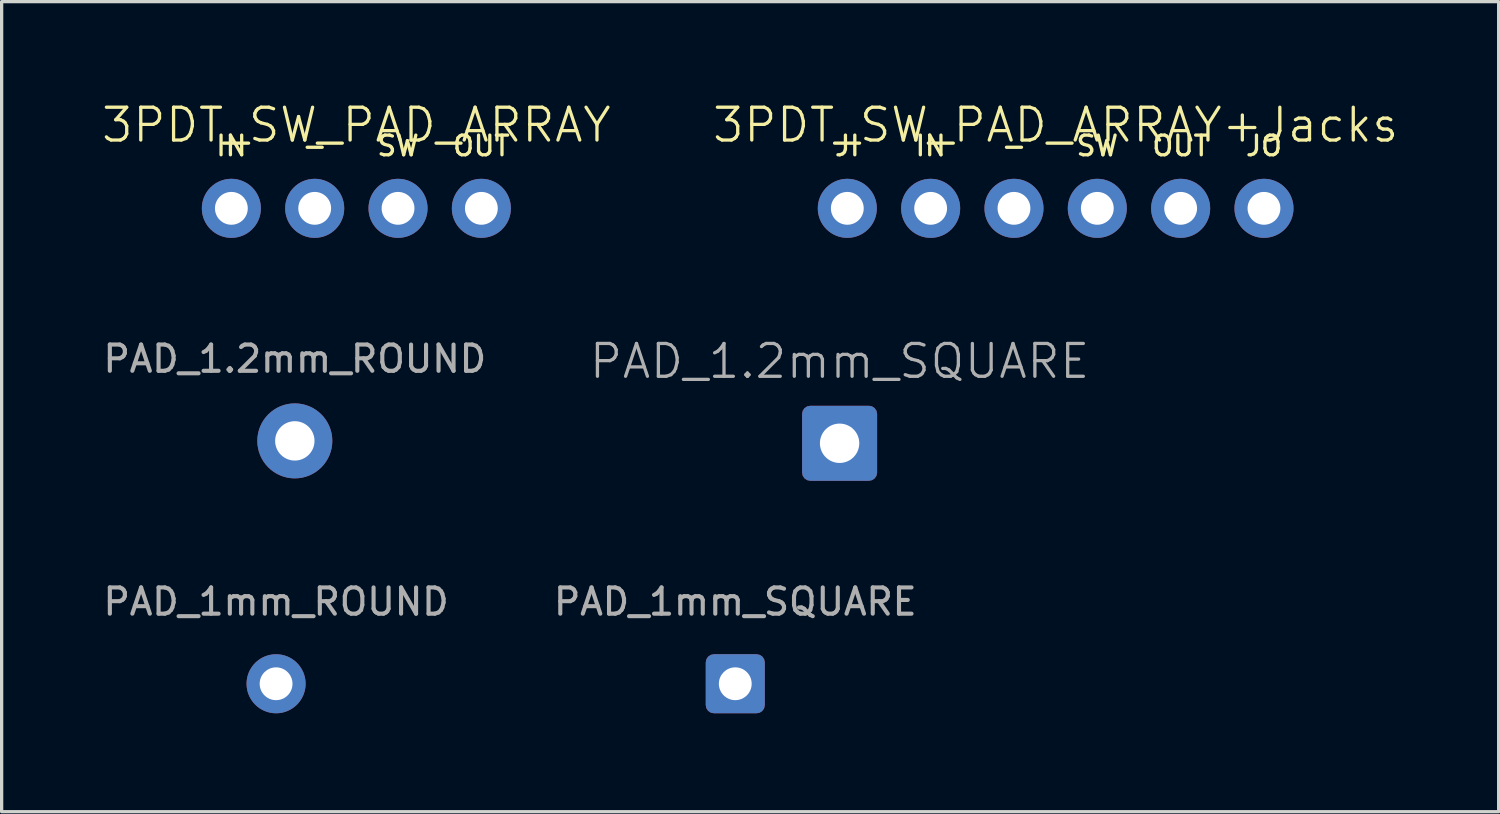
<source format=kicad_pcb>
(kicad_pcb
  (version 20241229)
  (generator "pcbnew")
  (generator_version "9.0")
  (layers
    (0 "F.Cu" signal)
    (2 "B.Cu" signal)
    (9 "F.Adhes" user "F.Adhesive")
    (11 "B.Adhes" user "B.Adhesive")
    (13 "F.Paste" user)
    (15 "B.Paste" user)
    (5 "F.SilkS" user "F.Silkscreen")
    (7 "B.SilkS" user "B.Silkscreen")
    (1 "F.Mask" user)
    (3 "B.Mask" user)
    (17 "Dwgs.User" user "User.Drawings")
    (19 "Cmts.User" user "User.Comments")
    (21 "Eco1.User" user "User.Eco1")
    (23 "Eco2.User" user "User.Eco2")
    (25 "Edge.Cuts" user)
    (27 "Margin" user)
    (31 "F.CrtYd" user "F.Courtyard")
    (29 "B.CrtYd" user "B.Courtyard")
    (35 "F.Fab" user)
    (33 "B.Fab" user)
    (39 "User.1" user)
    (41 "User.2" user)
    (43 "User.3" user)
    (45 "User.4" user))
  (footprint "PAD_1.2mm_ROUND"
    (layer "F.Cu")
    (at 5.936 10.388)
    (property "Reference" "PAD_1.2mm_ROUND" (at 0 -2.5 0) (unlocked yes) (layer "F.Fab") (effects (font (size 0.8 0.8) (thickness 0.125))))
    (attr through_hole)
    (pad "1" thru_hole circle (at 0 0 90) (size 2.286 2.286) (drill 1.2) (layers "*.Cu" "*.Mask")))
  (footprint "PAD_1mm_SQUARE"
    (layer "F.Cu")
    (at 19.361 17.791)
    (property "Reference" "PAD_1mm_SQUARE" (at 0 -2.5 0) (unlocked yes) (layer "F.Fab") (effects (font (size 0.8 0.8) (thickness 0.125))))
    (attr through_hole)
    (pad "1" thru_hole roundrect (at 0 0 90) (size 1.8 1.8) (drill 1) (layers "*.Cu" "*.Mask") (roundrect_rratio 0.139)))
  (footprint "PAD_1mm_ROUND"
    (layer "F.Cu")
    (at 5.365 17.791)
    (property "Reference" "PAD_1mm_ROUND" (at 0 -2.5 0) (unlocked yes) (layer "F.Fab") (effects (font (size 0.8 0.8) (thickness 0.125))))
    (attr through_hole)
    (pad "1" thru_hole circle (at 0 0 90) (size 1.8 1.8) (drill 1) (layers "*.Cu" "*.Mask")))
  (footprint "PAD_1.2mm_SQUARE"
    (layer "F.Cu")
    (at 22.541 10.461)
    (property "Reference" "PAD_1.2mm_SQUARE" (at 0 -2.5 0) (unlocked yes) (layer "F.Fab") (effects (font (size 1 1) (thickness 0.1))))
    (attr through_hole)
    (pad "1" thru_hole roundrect (at 0 0 90) (size 2.286 2.286) (drill 1.2) (layers "*.Cu" "*.Mask") (roundrect_rratio 0.109)))
  (footprint "3PDT_SW_PAD_ARRAY"
    (layer "F.Cu")
    (at 7.812 3.3)
    (property "Reference" "3PDT_SW_PAD_ARRAY" (at 0 -2.54 0) (unlocked yes) (layer "F.SilkS") (effects (font (size 1 1) (thickness 0.1))))
    (attr through_hole)
    (fp_text user "OUT" (at 3.81 -1.905 0) (unlocked yes) (layer "F.SilkS") (effects (font (size 0.6 0.6) (thickness 0.1))))
    (fp_text user "SW" (at 1.27 -1.905 0) (unlocked yes) (layer "F.SilkS") (effects (font (size 0.6 0.6) (thickness 0.1))))
    (fp_text user "IN" (at -3.81 -1.905 0) (unlocked yes) (layer "F.SilkS") (effects (font (size 0.6 0.6) (thickness 0.1))))
    (fp_text user "-" (at -1.27 -1.905 0) (unlocked yes) (layer "F.SilkS") (effects (font (size 0.6 0.6) (thickness 0.1))))
    (pad "1" thru_hole circle (at -3.81 0 90) (size 1.8 1.8) (drill 1) (layers "*.Cu" "*.Mask"))
    (pad "2" thru_hole circle (at -1.27 0 90) (size 1.8 1.8) (drill 1) (layers "*.Cu" "*.Mask"))
    (pad "3" thru_hole circle (at 1.27 0 90) (size 1.8 1.8) (drill 1) (layers "*.Cu" "*.Mask"))
    (pad "4" thru_hole circle (at 3.81 0 90) (size 1.8 1.8) (drill 1) (layers "*.Cu" "*.Mask")))
  (footprint "3PDT_SW_PAD_ARRAY+Jacks"
    (layer "F.Cu")
    (at 29.126 3.3)
    (property "Reference" "3PDT_SW_PAD_ARRAY+Jacks" (at 0 -2.54 0) (unlocked yes) (layer "F.SilkS") (effects (font (size 1 1) (thickness 0.1))))
    (attr through_hole)
    (fp_text user "SW" (at 1.27 -1.905 0) (unlocked yes) (layer "F.SilkS") (effects (font (size 0.6 0.6) (thickness 0.1))))
    (fp_text user "IN" (at -3.81 -1.905 0) (unlocked yes) (layer "F.SilkS") (effects (font (size 0.6 0.6) (thickness 0.1))))
    (fp_text user "-" (at -1.27 -1.905 0) (unlocked yes) (layer "F.SilkS") (effects (font (size 0.6 0.6) (thickness 0.1))))
    (fp_text user "OUT" (at 3.81 -1.905 0) (unlocked yes) (layer "F.SilkS") (effects (font (size 0.6 0.6) (thickness 0.1))))
    (fp_text user "JI" (at -6.35 -1.905 0) (unlocked yes) (layer "F.SilkS") (effects (font (size 0.6 0.6) (thickness 0.1))))
    (fp_text user "JO" (at 6.35 -1.905 0) (unlocked yes) (layer "F.SilkS") (effects (font (size 0.6 0.6) (thickness 0.1))))
    (pad "1" thru_hole circle (at -3.81 0 90) (size 1.8 1.8) (drill 1) (layers "*.Cu" "*.Mask"))
    (pad "2" thru_hole circle (at -1.27 0 90) (size 1.8 1.8) (drill 1) (layers "*.Cu" "*.Mask"))
    (pad "3" thru_hole circle (at 1.27 0 90) (size 1.8 1.8) (drill 1) (layers "*.Cu" "*.Mask"))
    (pad "4" thru_hole circle (at 3.81 0 90) (size 1.8 1.8) (drill 1) (layers "*.Cu" "*.Mask"))
    (pad "5" thru_hole circle (at -6.35 0 90) (size 1.8 1.8) (drill 1) (layers "*.Cu" "*.Mask"))
    (pad "6" thru_hole circle (at 6.35 0 90) (size 1.8 1.8) (drill 1) (layers "*.Cu" "*.Mask")))
  (gr_rect
    (start -3 -3)
    (end 42.629 21.691)
    (stroke (width 0.1) (type default))
    (fill no)
    (layer "Edge.Cuts")))
</source>
